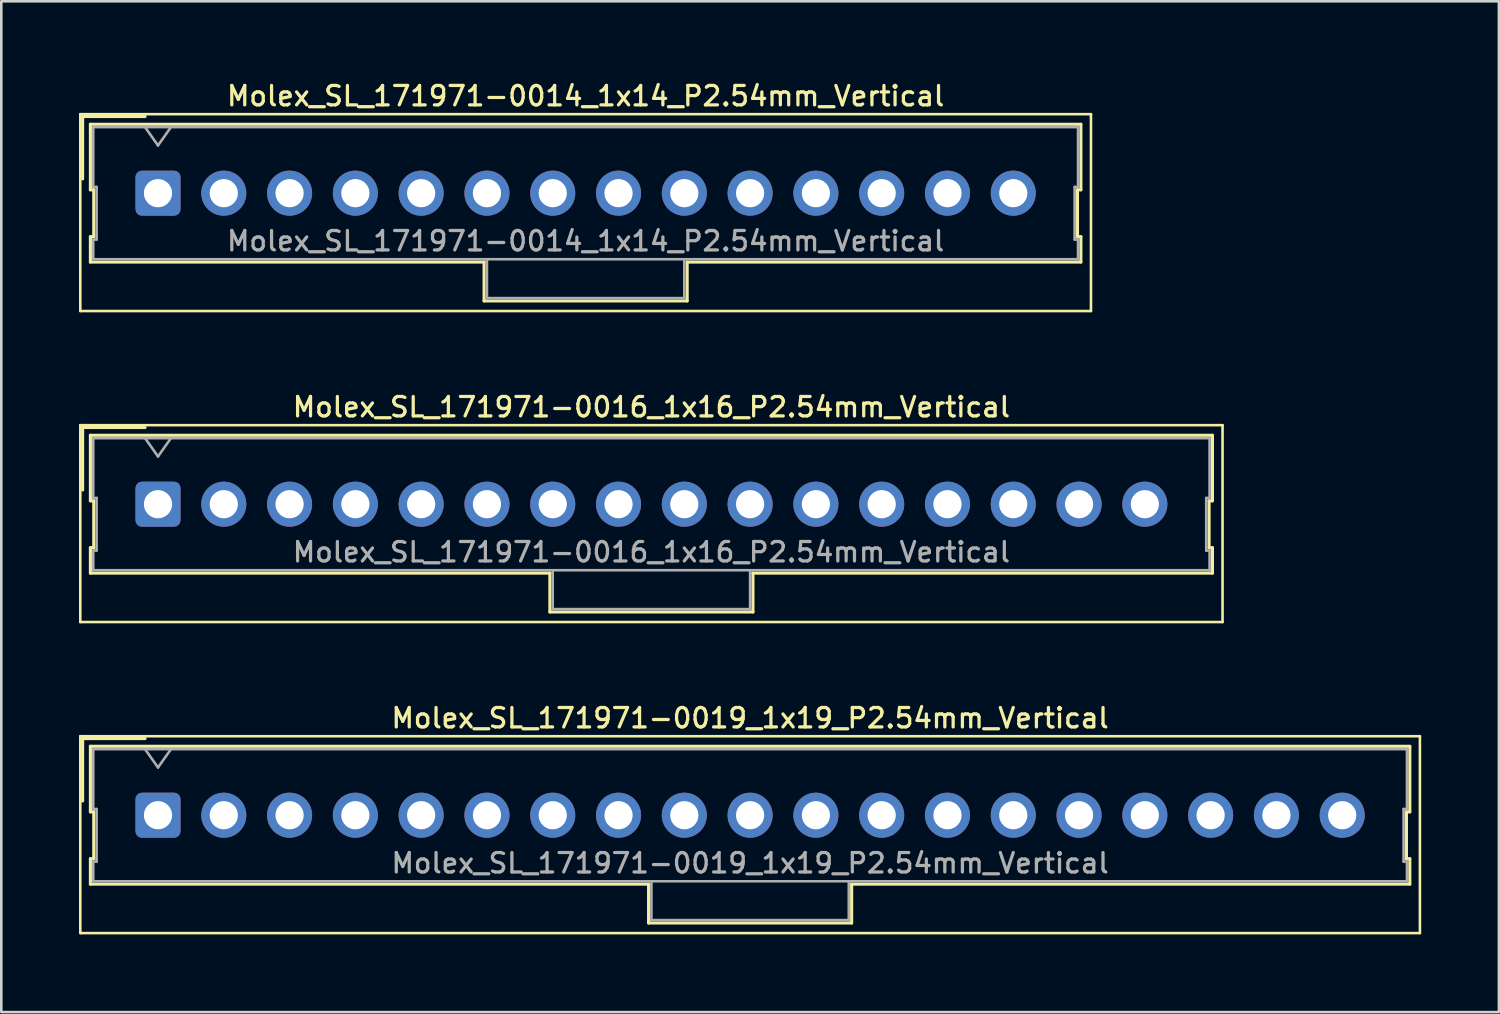
<source format=kicad_pcb>
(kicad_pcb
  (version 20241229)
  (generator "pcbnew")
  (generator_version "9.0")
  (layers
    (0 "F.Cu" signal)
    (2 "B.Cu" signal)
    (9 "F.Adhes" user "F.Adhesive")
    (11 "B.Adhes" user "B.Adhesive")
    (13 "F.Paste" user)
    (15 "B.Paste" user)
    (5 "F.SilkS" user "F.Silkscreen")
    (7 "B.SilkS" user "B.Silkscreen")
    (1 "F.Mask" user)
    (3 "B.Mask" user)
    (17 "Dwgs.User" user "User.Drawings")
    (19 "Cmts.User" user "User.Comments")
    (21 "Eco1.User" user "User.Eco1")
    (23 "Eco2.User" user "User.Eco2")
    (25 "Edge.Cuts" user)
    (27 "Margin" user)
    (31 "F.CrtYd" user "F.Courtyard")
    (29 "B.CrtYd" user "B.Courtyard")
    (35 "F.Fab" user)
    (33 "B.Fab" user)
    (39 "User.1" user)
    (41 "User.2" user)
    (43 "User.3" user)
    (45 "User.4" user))
  (footprint "Molex_SL_171971-0014_1x14_P2.54mm_Vertical"
    (layer "F.Cu")
    (at 3.05 4.408)
    (property "Reference" "Molex_SL_171971-0014_1x14_P2.54mm_Vertical" (at 16.51 -3.75 0) (layer "F.SilkS") (effects (font (size 0.75 0.75) (thickness 0.125))))
    (attr through_hole)
    (fp_line (start -3 -3.05) (end -3 4.55) (stroke (width 0.1) (type solid)) (layer "F.SilkS"))
    (fp_line (start -3 4.55) (end 36.02 4.55) (stroke (width 0.1) (type solid)) (layer "F.SilkS"))
    (fp_line (start -2.91 -2.96) (end -0.5 -2.96) (stroke (width 0.12) (type solid)) (layer "F.SilkS"))
    (fp_line (start -2.91 -0.55) (end -2.91 -2.96) (stroke (width 0.12) (type solid)) (layer "F.SilkS"))
    (fp_line (start -2.61 -2.66) (end -2.61 -0.13) (stroke (width 0.12) (type solid)) (layer "F.SilkS"))
    (fp_line (start -2.61 -0.13) (end -2.48 -0.13) (stroke (width 0.12) (type solid)) (layer "F.SilkS"))
    (fp_line (start -2.61 1.68) (end -2.61 2.66) (stroke (width 0.12) (type solid)) (layer "F.SilkS"))
    (fp_line (start -2.61 2.66) (end 12.59 2.66) (stroke (width 0.12) (type solid)) (layer "F.SilkS"))
    (fp_line (start -2.48 -0.13) (end -2.48 1.68) (stroke (width 0.12) (type solid)) (layer "F.SilkS"))
    (fp_line (start -2.48 1.68) (end -2.61 1.68) (stroke (width 0.12) (type solid)) (layer "F.SilkS"))
    (fp_line (start 12.59 2.66) (end 12.59 4.16) (stroke (width 0.12) (type solid)) (layer "F.SilkS"))
    (fp_line (start 12.59 4.16) (end 20.43 4.16) (stroke (width 0.12) (type solid)) (layer "F.SilkS"))
    (fp_line (start 20.43 2.66) (end 35.63 2.66) (stroke (width 0.12) (type solid)) (layer "F.SilkS"))
    (fp_line (start 20.43 4.16) (end 20.43 2.66) (stroke (width 0.12) (type solid)) (layer "F.SilkS"))
    (fp_line (start 35.5 -0.13) (end 35.63 -0.13) (stroke (width 0.12) (type solid)) (layer "F.SilkS"))
    (fp_line (start 35.5 1.68) (end 35.5 -0.13) (stroke (width 0.12) (type solid)) (layer "F.SilkS"))
    (fp_line (start 35.63 -2.66) (end -2.61 -2.66) (stroke (width 0.12) (type solid)) (layer "F.SilkS"))
    (fp_line (start 35.63 -0.13) (end 35.63 -2.66) (stroke (width 0.12) (type solid)) (layer "F.SilkS"))
    (fp_line (start 35.63 1.68) (end 35.5 1.68) (stroke (width 0.12) (type solid)) (layer "F.SilkS"))
    (fp_line (start 35.63 2.66) (end 35.63 1.68) (stroke (width 0.12) (type solid)) (layer "F.SilkS"))
    (fp_line (start 36.02 -3.05) (end -3 -3.05) (stroke (width 0.1) (type solid)) (layer "F.SilkS"))
    (fp_line (start 36.02 4.55) (end 36.02 -3.05) (stroke (width 0.1) (type solid)) (layer "F.SilkS"))
    (fp_line (start -2.5 -2.55) (end -2.5 -0.24) (stroke (width 0.1) (type solid)) (layer "F.Fab"))
    (fp_line (start -2.5 -0.24) (end -2.37 -0.24) (stroke (width 0.1) (type solid)) (layer "F.Fab"))
    (fp_line (start -2.5 1.79) (end -2.5 2.55) (stroke (width 0.1) (type solid)) (layer "F.Fab"))
    (fp_line (start -2.5 2.55) (end 35.52 2.55) (stroke (width 0.1) (type solid)) (layer "F.Fab"))
    (fp_line (start -2.37 -0.24) (end -2.37 1.79) (stroke (width 0.1) (type solid)) (layer "F.Fab"))
    (fp_line (start -2.37 1.79) (end -2.5 1.79) (stroke (width 0.1) (type solid)) (layer "F.Fab"))
    (fp_line (start 0 -1.843) (end -0.5 -2.55) (stroke (width 0.1) (type solid)) (layer "F.Fab"))
    (fp_line (start 0.5 -2.55) (end 0 -1.843) (stroke (width 0.1) (type solid)) (layer "F.Fab"))
    (fp_line (start 12.7 2.55) (end 12.7 4.05) (stroke (width 0.1) (type solid)) (layer "F.Fab"))
    (fp_line (start 12.7 4.05) (end 20.32 4.05) (stroke (width 0.1) (type solid)) (layer "F.Fab"))
    (fp_line (start 20.32 4.05) (end 20.32 2.55) (stroke (width 0.1) (type solid)) (layer "F.Fab"))
    (fp_line (start 35.39 -0.24) (end 35.52 -0.24) (stroke (width 0.1) (type solid)) (layer "F.Fab"))
    (fp_line (start 35.39 1.79) (end 35.39 -0.24) (stroke (width 0.1) (type solid)) (layer "F.Fab"))
    (fp_line (start 35.52 -2.55) (end -2.5 -2.55) (stroke (width 0.1) (type solid)) (layer "F.Fab"))
    (fp_line (start 35.52 -0.24) (end 35.52 -2.55) (stroke (width 0.1) (type solid)) (layer "F.Fab"))
    (fp_line (start 35.52 1.79) (end 35.39 1.79) (stroke (width 0.1) (type solid)) (layer "F.Fab"))
    (fp_line (start 35.52 2.55) (end 35.52 1.79) (stroke (width 0.1) (type solid)) (layer "F.Fab"))
    (fp_text user "${REFERENCE}" (at 16.51 1.85 0) (layer "F.Fab") (effects (font (size 0.75 0.75) (thickness 0.125))))
    (pad "1" thru_hole roundrect (at 0 0) (size 1.74 1.74) (drill 1.09) (layers "*.Cu" "*.Mask") (roundrect_rratio 0.144))
    (pad "2" thru_hole circle (at 2.54 0) (size 1.74 1.74) (drill 1.09) (layers "*.Cu" "*.Mask"))
    (pad "3" thru_hole circle (at 5.08 0) (size 1.74 1.74) (drill 1.09) (layers "*.Cu" "*.Mask"))
    (pad "4" thru_hole circle (at 7.62 0) (size 1.74 1.74) (drill 1.09) (layers "*.Cu" "*.Mask"))
    (pad "5" thru_hole circle (at 10.16 0) (size 1.74 1.74) (drill 1.09) (layers "*.Cu" "*.Mask"))
    (pad "6" thru_hole circle (at 12.7 0) (size 1.74 1.74) (drill 1.09) (layers "*.Cu" "*.Mask"))
    (pad "7" thru_hole circle (at 15.24 0) (size 1.74 1.74) (drill 1.09) (layers "*.Cu" "*.Mask"))
    (pad "8" thru_hole circle (at 17.78 0) (size 1.74 1.74) (drill 1.09) (layers "*.Cu" "*.Mask"))
    (pad "9" thru_hole circle (at 20.32 0) (size 1.74 1.74) (drill 1.09) (layers "*.Cu" "*.Mask"))
    (pad "10" thru_hole circle (at 22.86 0) (size 1.74 1.74) (drill 1.09) (layers "*.Cu" "*.Mask"))
    (pad "11" thru_hole circle (at 25.4 0) (size 1.74 1.74) (drill 1.09) (layers "*.Cu" "*.Mask"))
    (pad "12" thru_hole circle (at 27.94 0) (size 1.74 1.74) (drill 1.09) (layers "*.Cu" "*.Mask"))
    (pad "13" thru_hole circle (at 30.48 0) (size 1.74 1.74) (drill 1.09) (layers "*.Cu" "*.Mask"))
    (pad "14" thru_hole circle (at 33.02 0) (size 1.74 1.74) (drill 1.09) (layers "*.Cu" "*.Mask")))
  (footprint "Molex_SL_171971-0019_1x19_P2.54mm_Vertical"
    (layer "F.Cu")
    (at 3.05 28.424)
    (property "Reference" "Molex_SL_171971-0019_1x19_P2.54mm_Vertical" (at 22.86 -3.75 0) (layer "F.SilkS") (effects (font (size 0.75 0.75) (thickness 0.125))))
    (attr through_hole)
    (fp_line (start -3 -3.05) (end -3 4.55) (stroke (width 0.1) (type solid)) (layer "F.SilkS"))
    (fp_line (start -3 4.55) (end 48.72 4.55) (stroke (width 0.1) (type solid)) (layer "F.SilkS"))
    (fp_line (start -2.91 -2.96) (end -0.5 -2.96) (stroke (width 0.12) (type solid)) (layer "F.SilkS"))
    (fp_line (start -2.91 -0.55) (end -2.91 -2.96) (stroke (width 0.12) (type solid)) (layer "F.SilkS"))
    (fp_line (start -2.61 -2.66) (end -2.61 -0.13) (stroke (width 0.12) (type solid)) (layer "F.SilkS"))
    (fp_line (start -2.61 -0.13) (end -2.48 -0.13) (stroke (width 0.12) (type solid)) (layer "F.SilkS"))
    (fp_line (start -2.61 1.68) (end -2.61 2.66) (stroke (width 0.12) (type solid)) (layer "F.SilkS"))
    (fp_line (start -2.61 2.66) (end 18.94 2.66) (stroke (width 0.12) (type solid)) (layer "F.SilkS"))
    (fp_line (start -2.48 -0.13) (end -2.48 1.68) (stroke (width 0.12) (type solid)) (layer "F.SilkS"))
    (fp_line (start -2.48 1.68) (end -2.61 1.68) (stroke (width 0.12) (type solid)) (layer "F.SilkS"))
    (fp_line (start 18.94 2.66) (end 18.94 4.16) (stroke (width 0.12) (type solid)) (layer "F.SilkS"))
    (fp_line (start 18.94 4.16) (end 26.78 4.16) (stroke (width 0.12) (type solid)) (layer "F.SilkS"))
    (fp_line (start 26.78 2.66) (end 48.33 2.66) (stroke (width 0.12) (type solid)) (layer "F.SilkS"))
    (fp_line (start 26.78 4.16) (end 26.78 2.66) (stroke (width 0.12) (type solid)) (layer "F.SilkS"))
    (fp_line (start 48.2 -0.13) (end 48.33 -0.13) (stroke (width 0.12) (type solid)) (layer "F.SilkS"))
    (fp_line (start 48.2 1.68) (end 48.2 -0.13) (stroke (width 0.12) (type solid)) (layer "F.SilkS"))
    (fp_line (start 48.33 -2.66) (end -2.61 -2.66) (stroke (width 0.12) (type solid)) (layer "F.SilkS"))
    (fp_line (start 48.33 -0.13) (end 48.33 -2.66) (stroke (width 0.12) (type solid)) (layer "F.SilkS"))
    (fp_line (start 48.33 1.68) (end 48.2 1.68) (stroke (width 0.12) (type solid)) (layer "F.SilkS"))
    (fp_line (start 48.33 2.66) (end 48.33 1.68) (stroke (width 0.12) (type solid)) (layer "F.SilkS"))
    (fp_line (start 48.72 -3.05) (end -3 -3.05) (stroke (width 0.1) (type solid)) (layer "F.SilkS"))
    (fp_line (start 48.72 4.55) (end 48.72 -3.05) (stroke (width 0.1) (type solid)) (layer "F.SilkS"))
    (fp_line (start -2.5 -2.55) (end -2.5 -0.24) (stroke (width 0.1) (type solid)) (layer "F.Fab"))
    (fp_line (start -2.5 -0.24) (end -2.37 -0.24) (stroke (width 0.1) (type solid)) (layer "F.Fab"))
    (fp_line (start -2.5 1.79) (end -2.5 2.55) (stroke (width 0.1) (type solid)) (layer "F.Fab"))
    (fp_line (start -2.5 2.55) (end 48.22 2.55) (stroke (width 0.1) (type solid)) (layer "F.Fab"))
    (fp_line (start -2.37 -0.24) (end -2.37 1.79) (stroke (width 0.1) (type solid)) (layer "F.Fab"))
    (fp_line (start -2.37 1.79) (end -2.5 1.79) (stroke (width 0.1) (type solid)) (layer "F.Fab"))
    (fp_line (start 0 -1.843) (end -0.5 -2.55) (stroke (width 0.1) (type solid)) (layer "F.Fab"))
    (fp_line (start 0.5 -2.55) (end 0 -1.843) (stroke (width 0.1) (type solid)) (layer "F.Fab"))
    (fp_line (start 19.05 2.55) (end 19.05 4.05) (stroke (width 0.1) (type solid)) (layer "F.Fab"))
    (fp_line (start 19.05 4.05) (end 26.67 4.05) (stroke (width 0.1) (type solid)) (layer "F.Fab"))
    (fp_line (start 26.67 4.05) (end 26.67 2.55) (stroke (width 0.1) (type solid)) (layer "F.Fab"))
    (fp_line (start 48.09 -0.24) (end 48.22 -0.24) (stroke (width 0.1) (type solid)) (layer "F.Fab"))
    (fp_line (start 48.09 1.79) (end 48.09 -0.24) (stroke (width 0.1) (type solid)) (layer "F.Fab"))
    (fp_line (start 48.22 -2.55) (end -2.5 -2.55) (stroke (width 0.1) (type solid)) (layer "F.Fab"))
    (fp_line (start 48.22 -0.24) (end 48.22 -2.55) (stroke (width 0.1) (type solid)) (layer "F.Fab"))
    (fp_line (start 48.22 1.79) (end 48.09 1.79) (stroke (width 0.1) (type solid)) (layer "F.Fab"))
    (fp_line (start 48.22 2.55) (end 48.22 1.79) (stroke (width 0.1) (type solid)) (layer "F.Fab"))
    (fp_text user "${REFERENCE}" (at 22.86 1.85 0) (layer "F.Fab") (effects (font (size 0.75 0.75) (thickness 0.125))))
    (pad "1" thru_hole roundrect (at 0 0) (size 1.74 1.74) (drill 1.09) (layers "*.Cu" "*.Mask") (roundrect_rratio 0.144))
    (pad "2" thru_hole circle (at 2.54 0) (size 1.74 1.74) (drill 1.09) (layers "*.Cu" "*.Mask"))
    (pad "3" thru_hole circle (at 5.08 0) (size 1.74 1.74) (drill 1.09) (layers "*.Cu" "*.Mask"))
    (pad "4" thru_hole circle (at 7.62 0) (size 1.74 1.74) (drill 1.09) (layers "*.Cu" "*.Mask"))
    (pad "5" thru_hole circle (at 10.16 0) (size 1.74 1.74) (drill 1.09) (layers "*.Cu" "*.Mask"))
    (pad "6" thru_hole circle (at 12.7 0) (size 1.74 1.74) (drill 1.09) (layers "*.Cu" "*.Mask"))
    (pad "7" thru_hole circle (at 15.24 0) (size 1.74 1.74) (drill 1.09) (layers "*.Cu" "*.Mask"))
    (pad "8" thru_hole circle (at 17.78 0) (size 1.74 1.74) (drill 1.09) (layers "*.Cu" "*.Mask"))
    (pad "9" thru_hole circle (at 20.32 0) (size 1.74 1.74) (drill 1.09) (layers "*.Cu" "*.Mask"))
    (pad "10" thru_hole circle (at 22.86 0) (size 1.74 1.74) (drill 1.09) (layers "*.Cu" "*.Mask"))
    (pad "11" thru_hole circle (at 25.4 0) (size 1.74 1.74) (drill 1.09) (layers "*.Cu" "*.Mask"))
    (pad "12" thru_hole circle (at 27.94 0) (size 1.74 1.74) (drill 1.09) (layers "*.Cu" "*.Mask"))
    (pad "13" thru_hole circle (at 30.48 0) (size 1.74 1.74) (drill 1.09) (layers "*.Cu" "*.Mask"))
    (pad "14" thru_hole circle (at 33.02 0) (size 1.74 1.74) (drill 1.09) (layers "*.Cu" "*.Mask"))
    (pad "15" thru_hole circle (at 35.56 0) (size 1.74 1.74) (drill 1.09) (layers "*.Cu" "*.Mask"))
    (pad "16" thru_hole circle (at 38.1 0) (size 1.74 1.74) (drill 1.09) (layers "*.Cu" "*.Mask"))
    (pad "17" thru_hole circle (at 40.64 0) (size 1.74 1.74) (drill 1.09) (layers "*.Cu" "*.Mask"))
    (pad "18" thru_hole circle (at 43.18 0) (size 1.74 1.74) (drill 1.09) (layers "*.Cu" "*.Mask"))
    (pad "19" thru_hole circle (at 45.72 0) (size 1.74 1.74) (drill 1.09) (layers "*.Cu" "*.Mask")))
  (footprint "Molex_SL_171971-0016_1x16_P2.54mm_Vertical"
    (layer "F.Cu")
    (at 3.05 16.416)
    (property "Reference" "Molex_SL_171971-0016_1x16_P2.54mm_Vertical" (at 19.05 -3.75 0) (layer "F.SilkS") (effects (font (size 0.75 0.75) (thickness 0.125))))
    (attr through_hole)
    (fp_line (start -3 -3.05) (end -3 4.55) (stroke (width 0.1) (type solid)) (layer "F.SilkS"))
    (fp_line (start -3 4.55) (end 41.1 4.55) (stroke (width 0.1) (type solid)) (layer "F.SilkS"))
    (fp_line (start -2.91 -2.96) (end -0.5 -2.96) (stroke (width 0.12) (type solid)) (layer "F.SilkS"))
    (fp_line (start -2.91 -0.55) (end -2.91 -2.96) (stroke (width 0.12) (type solid)) (layer "F.SilkS"))
    (fp_line (start -2.61 -2.66) (end -2.61 -0.13) (stroke (width 0.12) (type solid)) (layer "F.SilkS"))
    (fp_line (start -2.61 -0.13) (end -2.48 -0.13) (stroke (width 0.12) (type solid)) (layer "F.SilkS"))
    (fp_line (start -2.61 1.68) (end -2.61 2.66) (stroke (width 0.12) (type solid)) (layer "F.SilkS"))
    (fp_line (start -2.61 2.66) (end 15.13 2.66) (stroke (width 0.12) (type solid)) (layer "F.SilkS"))
    (fp_line (start -2.48 -0.13) (end -2.48 1.68) (stroke (width 0.12) (type solid)) (layer "F.SilkS"))
    (fp_line (start -2.48 1.68) (end -2.61 1.68) (stroke (width 0.12) (type solid)) (layer "F.SilkS"))
    (fp_line (start 15.13 2.66) (end 15.13 4.16) (stroke (width 0.12) (type solid)) (layer "F.SilkS"))
    (fp_line (start 15.13 4.16) (end 22.97 4.16) (stroke (width 0.12) (type solid)) (layer "F.SilkS"))
    (fp_line (start 22.97 2.66) (end 40.71 2.66) (stroke (width 0.12) (type solid)) (layer "F.SilkS"))
    (fp_line (start 22.97 4.16) (end 22.97 2.66) (stroke (width 0.12) (type solid)) (layer "F.SilkS"))
    (fp_line (start 40.58 -0.13) (end 40.71 -0.13) (stroke (width 0.12) (type solid)) (layer "F.SilkS"))
    (fp_line (start 40.58 1.68) (end 40.58 -0.13) (stroke (width 0.12) (type solid)) (layer "F.SilkS"))
    (fp_line (start 40.71 -2.66) (end -2.61 -2.66) (stroke (width 0.12) (type solid)) (layer "F.SilkS"))
    (fp_line (start 40.71 -0.13) (end 40.71 -2.66) (stroke (width 0.12) (type solid)) (layer "F.SilkS"))
    (fp_line (start 40.71 1.68) (end 40.58 1.68) (stroke (width 0.12) (type solid)) (layer "F.SilkS"))
    (fp_line (start 40.71 2.66) (end 40.71 1.68) (stroke (width 0.12) (type solid)) (layer "F.SilkS"))
    (fp_line (start 41.1 -3.05) (end -3 -3.05) (stroke (width 0.1) (type solid)) (layer "F.SilkS"))
    (fp_line (start 41.1 4.55) (end 41.1 -3.05) (stroke (width 0.1) (type solid)) (layer "F.SilkS"))
    (fp_line (start -2.5 -2.55) (end -2.5 -0.24) (stroke (width 0.1) (type solid)) (layer "F.Fab"))
    (fp_line (start -2.5 -0.24) (end -2.37 -0.24) (stroke (width 0.1) (type solid)) (layer "F.Fab"))
    (fp_line (start -2.5 1.79) (end -2.5 2.55) (stroke (width 0.1) (type solid)) (layer "F.Fab"))
    (fp_line (start -2.5 2.55) (end 40.6 2.55) (stroke (width 0.1) (type solid)) (layer "F.Fab"))
    (fp_line (start -2.37 -0.24) (end -2.37 1.79) (stroke (width 0.1) (type solid)) (layer "F.Fab"))
    (fp_line (start -2.37 1.79) (end -2.5 1.79) (stroke (width 0.1) (type solid)) (layer "F.Fab"))
    (fp_line (start 0 -1.843) (end -0.5 -2.55) (stroke (width 0.1) (type solid)) (layer "F.Fab"))
    (fp_line (start 0.5 -2.55) (end 0 -1.843) (stroke (width 0.1) (type solid)) (layer "F.Fab"))
    (fp_line (start 15.24 2.55) (end 15.24 4.05) (stroke (width 0.1) (type solid)) (layer "F.Fab"))
    (fp_line (start 15.24 4.05) (end 22.86 4.05) (stroke (width 0.1) (type solid)) (layer "F.Fab"))
    (fp_line (start 22.86 4.05) (end 22.86 2.55) (stroke (width 0.1) (type solid)) (layer "F.Fab"))
    (fp_line (start 40.47 -0.24) (end 40.6 -0.24) (stroke (width 0.1) (type solid)) (layer "F.Fab"))
    (fp_line (start 40.47 1.79) (end 40.47 -0.24) (stroke (width 0.1) (type solid)) (layer "F.Fab"))
    (fp_line (start 40.6 -2.55) (end -2.5 -2.55) (stroke (width 0.1) (type solid)) (layer "F.Fab"))
    (fp_line (start 40.6 -0.24) (end 40.6 -2.55) (stroke (width 0.1) (type solid)) (layer "F.Fab"))
    (fp_line (start 40.6 1.79) (end 40.47 1.79) (stroke (width 0.1) (type solid)) (layer "F.Fab"))
    (fp_line (start 40.6 2.55) (end 40.6 1.79) (stroke (width 0.1) (type solid)) (layer "F.Fab"))
    (fp_text user "${REFERENCE}" (at 19.05 1.85 0) (layer "F.Fab") (effects (font (size 0.75 0.75) (thickness 0.125))))
    (pad "1" thru_hole roundrect (at 0 0) (size 1.74 1.74) (drill 1.09) (layers "*.Cu" "*.Mask") (roundrect_rratio 0.144))
    (pad "2" thru_hole circle (at 2.54 0) (size 1.74 1.74) (drill 1.09) (layers "*.Cu" "*.Mask"))
    (pad "3" thru_hole circle (at 5.08 0) (size 1.74 1.74) (drill 1.09) (layers "*.Cu" "*.Mask"))
    (pad "4" thru_hole circle (at 7.62 0) (size 1.74 1.74) (drill 1.09) (layers "*.Cu" "*.Mask"))
    (pad "5" thru_hole circle (at 10.16 0) (size 1.74 1.74) (drill 1.09) (layers "*.Cu" "*.Mask"))
    (pad "6" thru_hole circle (at 12.7 0) (size 1.74 1.74) (drill 1.09) (layers "*.Cu" "*.Mask"))
    (pad "7" thru_hole circle (at 15.24 0) (size 1.74 1.74) (drill 1.09) (layers "*.Cu" "*.Mask"))
    (pad "8" thru_hole circle (at 17.78 0) (size 1.74 1.74) (drill 1.09) (layers "*.Cu" "*.Mask"))
    (pad "9" thru_hole circle (at 20.32 0) (size 1.74 1.74) (drill 1.09) (layers "*.Cu" "*.Mask"))
    (pad "10" thru_hole circle (at 22.86 0) (size 1.74 1.74) (drill 1.09) (layers "*.Cu" "*.Mask"))
    (pad "11" thru_hole circle (at 25.4 0) (size 1.74 1.74) (drill 1.09) (layers "*.Cu" "*.Mask"))
    (pad "12" thru_hole circle (at 27.94 0) (size 1.74 1.74) (drill 1.09) (layers "*.Cu" "*.Mask"))
    (pad "13" thru_hole circle (at 30.48 0) (size 1.74 1.74) (drill 1.09) (layers "*.Cu" "*.Mask"))
    (pad "14" thru_hole circle (at 33.02 0) (size 1.74 1.74) (drill 1.09) (layers "*.Cu" "*.Mask"))
    (pad "15" thru_hole circle (at 35.56 0) (size 1.74 1.74) (drill 1.09) (layers "*.Cu" "*.Mask"))
    (pad "16" thru_hole circle (at 38.1 0) (size 1.74 1.74) (drill 1.09) (layers "*.Cu" "*.Mask")))
  (gr_rect
    (start -3 -3)
    (end 54.82 36.024)
    (stroke (width 0.1) (type default))
    (fill no)
    (layer "Edge.Cuts")))
</source>
